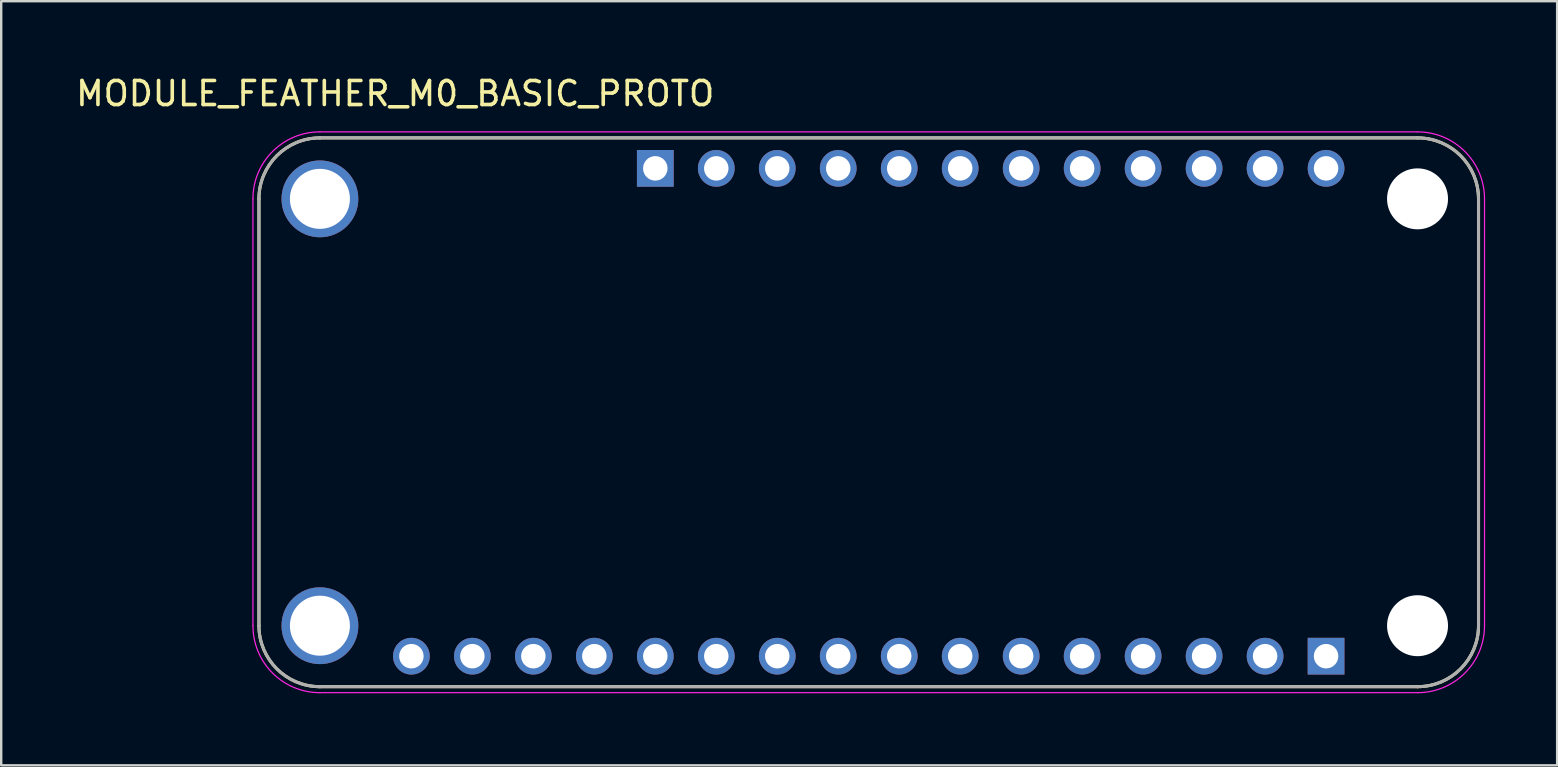
<source format=kicad_pcb>
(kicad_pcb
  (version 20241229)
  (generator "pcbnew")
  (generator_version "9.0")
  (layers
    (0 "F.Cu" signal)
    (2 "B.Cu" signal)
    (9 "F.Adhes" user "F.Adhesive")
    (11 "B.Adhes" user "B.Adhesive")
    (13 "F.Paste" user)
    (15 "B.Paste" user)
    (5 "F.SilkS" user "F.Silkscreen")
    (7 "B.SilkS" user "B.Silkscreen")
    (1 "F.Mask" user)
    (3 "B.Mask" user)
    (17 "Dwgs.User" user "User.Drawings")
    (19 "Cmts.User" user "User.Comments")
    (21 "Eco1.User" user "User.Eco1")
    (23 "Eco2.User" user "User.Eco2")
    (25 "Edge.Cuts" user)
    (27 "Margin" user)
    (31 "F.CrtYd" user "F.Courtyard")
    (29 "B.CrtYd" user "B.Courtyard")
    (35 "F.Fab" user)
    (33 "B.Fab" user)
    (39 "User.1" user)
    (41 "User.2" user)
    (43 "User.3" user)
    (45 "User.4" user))
  (footprint "MODULE_FEATHER_M0_BASIC_PROTO"
    (layer "F.Cu")
    (at 33.136 14.123)
    (property "Reference" "MODULE_FEATHER_M0_BASIC_PROTO" (at -19.725 -13.275 0) (layer "F.SilkS") (effects (font (size 1 1) (thickness 0.15))))
    (attr through_hole)
    (fp_line (start -25.4 8.89) (end -25.4 -8.89) (stroke (width 0.127) (type solid)) (layer "F.SilkS"))
    (fp_line (start -22.86 -11.43) (end 22.86 -11.43) (stroke (width 0.127) (type solid)) (layer "F.SilkS"))
    (fp_line (start 22.86 11.43) (end -22.86 11.43) (stroke (width 0.127) (type solid)) (layer "F.SilkS"))
    (fp_line (start 25.4 -8.89) (end 25.4 8.89) (stroke (width 0.127) (type solid)) (layer "F.SilkS"))
    (fp_arc (start -25.4 -8.89) (mid -24.656051 -10.686051) (end -22.86 -11.43) (stroke (width 0.127) (type solid)) (layer "F.SilkS"))
    (fp_arc (start -22.86 11.43) (mid -24.656051 10.686051) (end -25.4 8.89) (stroke (width 0.127) (type solid)) (layer "F.SilkS"))
    (fp_arc (start 22.86 -11.43) (mid 24.656051 -10.686051) (end 25.4 -8.89) (stroke (width 0.127) (type solid)) (layer "F.SilkS"))
    (fp_arc (start 25.4 8.89) (mid 24.656051 10.686051) (end 22.86 11.43) (stroke (width 0.127) (type solid)) (layer "F.SilkS"))
    (fp_line (start -25.65 -8.89) (end -25.65 8.89) (stroke (width 0.05) (type solid)) (layer "F.CrtYd"))
    (fp_line (start -22.86 11.68) (end 22.86 11.68) (stroke (width 0.05) (type solid)) (layer "F.CrtYd"))
    (fp_line (start 22.86 -11.68) (end -22.86 -11.68) (stroke (width 0.05) (type solid)) (layer "F.CrtYd"))
    (fp_line (start 25.65 8.89) (end 25.65 -8.89) (stroke (width 0.05) (type solid)) (layer "F.CrtYd"))
    (fp_arc (start -25.65 -8.89) (mid -24.832828 -10.862828) (end -22.86 -11.68) (stroke (width 0.05) (type solid)) (layer "F.CrtYd"))
    (fp_arc (start -22.86 11.68) (mid -24.832828 10.862828) (end -25.65 8.89) (stroke (width 0.05) (type solid)) (layer "F.CrtYd"))
    (fp_arc (start 22.86 -11.68) (mid 24.832828 -10.862828) (end 25.65 -8.89) (stroke (width 0.05) (type solid)) (layer "F.CrtYd"))
    (fp_arc (start 25.65 8.89) (mid 24.832828 10.862828) (end 22.86 11.68) (stroke (width 0.05) (type solid)) (layer "F.CrtYd"))
    (fp_line (start -25.4 8.89) (end -25.4 -8.89) (stroke (width 0.127) (type solid)) (layer "F.Fab"))
    (fp_line (start -22.86 -11.43) (end 22.86 -11.43) (stroke (width 0.127) (type solid)) (layer "F.Fab"))
    (fp_line (start 22.86 11.43) (end -22.86 11.43) (stroke (width 0.127) (type solid)) (layer "F.Fab"))
    (fp_line (start 25.4 -8.89) (end 25.4 8.89) (stroke (width 0.127) (type solid)) (layer "F.Fab"))
    (fp_arc (start -25.4 -8.89) (mid -24.656051 -10.686051) (end -22.86 -11.43) (stroke (width 0.127) (type solid)) (layer "F.Fab"))
    (fp_arc (start -22.86 11.43) (mid -24.656051 10.686051) (end -25.4 8.89) (stroke (width 0.127) (type solid)) (layer "F.Fab"))
    (fp_arc (start 22.86 -11.43) (mid 24.656051 -10.686051) (end 25.4 -8.89) (stroke (width 0.127) (type solid)) (layer "F.Fab"))
    (fp_arc (start 25.4 8.89) (mid 24.656051 10.686051) (end 22.86 11.43) (stroke (width 0.127) (type solid)) (layer "F.Fab"))
    (pad "" np_thru_hole circle (at 22.86 -8.89) (size 2.54 2.54) (drill 2.54) (layers "*.Cu" "*.Mask"))
    (pad "" np_thru_hole circle (at 22.86 8.89) (size 2.54 2.54) (drill 2.54) (layers "*.Cu" "*.Mask"))
    (pad "P$1" thru_hole circle (at -22.86 -8.89) (size 3.2 3.2) (drill 2.5) (layers "*.Cu" "*.Mask"))
    (pad "P$2" thru_hole circle (at -22.86 8.89) (size 3.2 3.2) (drill 2.5) (layers "*.Cu" "*.Mask"))
    (pad "P1_1" thru_hole rect (at 19.05 10.16) (size 1.53 1.53) (drill 1.02) (layers "*.Cu" "*.Mask"))
    (pad "P1_2" thru_hole circle (at 16.51 10.16) (size 1.53 1.53) (drill 1.02) (layers "*.Cu" "*.Mask"))
    (pad "P1_3" thru_hole circle (at 13.97 10.16) (size 1.53 1.53) (drill 1.02) (layers "*.Cu" "*.Mask"))
    (pad "P1_4" thru_hole circle (at 11.43 10.16) (size 1.53 1.53) (drill 1.02) (layers "*.Cu" "*.Mask"))
    (pad "P1_5" thru_hole circle (at 8.89 10.16) (size 1.53 1.53) (drill 1.02) (layers "*.Cu" "*.Mask"))
    (pad "P1_6" thru_hole circle (at 6.35 10.16) (size 1.53 1.53) (drill 1.02) (layers "*.Cu" "*.Mask"))
    (pad "P1_7" thru_hole circle (at 3.81 10.16) (size 1.53 1.53) (drill 1.02) (layers "*.Cu" "*.Mask"))
    (pad "P1_8" thru_hole circle (at 1.27 10.16) (size 1.53 1.53) (drill 1.02) (layers "*.Cu" "*.Mask"))
    (pad "P1_9" thru_hole circle (at -1.27 10.16) (size 1.53 1.53) (drill 1.02) (layers "*.Cu" "*.Mask"))
    (pad "P1_10" thru_hole circle (at -3.81 10.16) (size 1.53 1.53) (drill 1.02) (layers "*.Cu" "*.Mask"))
    (pad "P1_11" thru_hole circle (at -6.35 10.16) (size 1.53 1.53) (drill 1.02) (layers "*.Cu" "*.Mask"))
    (pad "P1_12" thru_hole circle (at -8.89 10.16) (size 1.53 1.53) (drill 1.02) (layers "*.Cu" "*.Mask"))
    (pad "P1_13" thru_hole circle (at -11.43 10.16) (size 1.53 1.53) (drill 1.02) (layers "*.Cu" "*.Mask"))
    (pad "P1_14" thru_hole circle (at -13.97 10.16) (size 1.53 1.53) (drill 1.02) (layers "*.Cu" "*.Mask"))
    (pad "P1_15" thru_hole circle (at -16.51 10.16) (size 1.53 1.53) (drill 1.02) (layers "*.Cu" "*.Mask"))
    (pad "P1_16" thru_hole circle (at -19.05 10.16) (size 1.53 1.53) (drill 1.02) (layers "*.Cu" "*.Mask"))
    (pad "P2_1" thru_hole rect (at -8.89 -10.16) (size 1.53 1.53) (drill 1.02) (layers "*.Cu" "*.Mask"))
    (pad "P2_2" thru_hole circle (at -6.35 -10.16) (size 1.53 1.53) (drill 1.02) (layers "*.Cu" "*.Mask"))
    (pad "P2_3" thru_hole circle (at -3.81 -10.16) (size 1.53 1.53) (drill 1.02) (layers "*.Cu" "*.Mask"))
    (pad "P2_4" thru_hole circle (at -1.27 -10.16) (size 1.53 1.53) (drill 1.02) (layers "*.Cu" "*.Mask"))
    (pad "P2_5" thru_hole circle (at 1.27 -10.16) (size 1.53 1.53) (drill 1.02) (layers "*.Cu" "*.Mask"))
    (pad "P2_6" thru_hole circle (at 3.81 -10.16) (size 1.53 1.53) (drill 1.02) (layers "*.Cu" "*.Mask"))
    (pad "P2_7" thru_hole circle (at 6.35 -10.16) (size 1.53 1.53) (drill 1.02) (layers "*.Cu" "*.Mask"))
    (pad "P2_8" thru_hole circle (at 8.89 -10.16) (size 1.53 1.53) (drill 1.02) (layers "*.Cu" "*.Mask"))
    (pad "P2_9" thru_hole circle (at 11.43 -10.16) (size 1.53 1.53) (drill 1.02) (layers "*.Cu" "*.Mask"))
    (pad "P2_10" thru_hole circle (at 13.97 -10.16) (size 1.53 1.53) (drill 1.02) (layers "*.Cu" "*.Mask"))
    (pad "P2_11" thru_hole circle (at 16.51 -10.16) (size 1.53 1.53) (drill 1.02) (layers "*.Cu" "*.Mask"))
    (pad "P2_12" thru_hole circle (at 19.05 -10.16) (size 1.53 1.53) (drill 1.02) (layers "*.Cu" "*.Mask")))
  (gr_rect
    (start -3 -3)
    (end 61.811 28.828)
    (stroke (width 0.1) (type default))
    (fill no)
    (layer "Edge.Cuts")))
</source>
